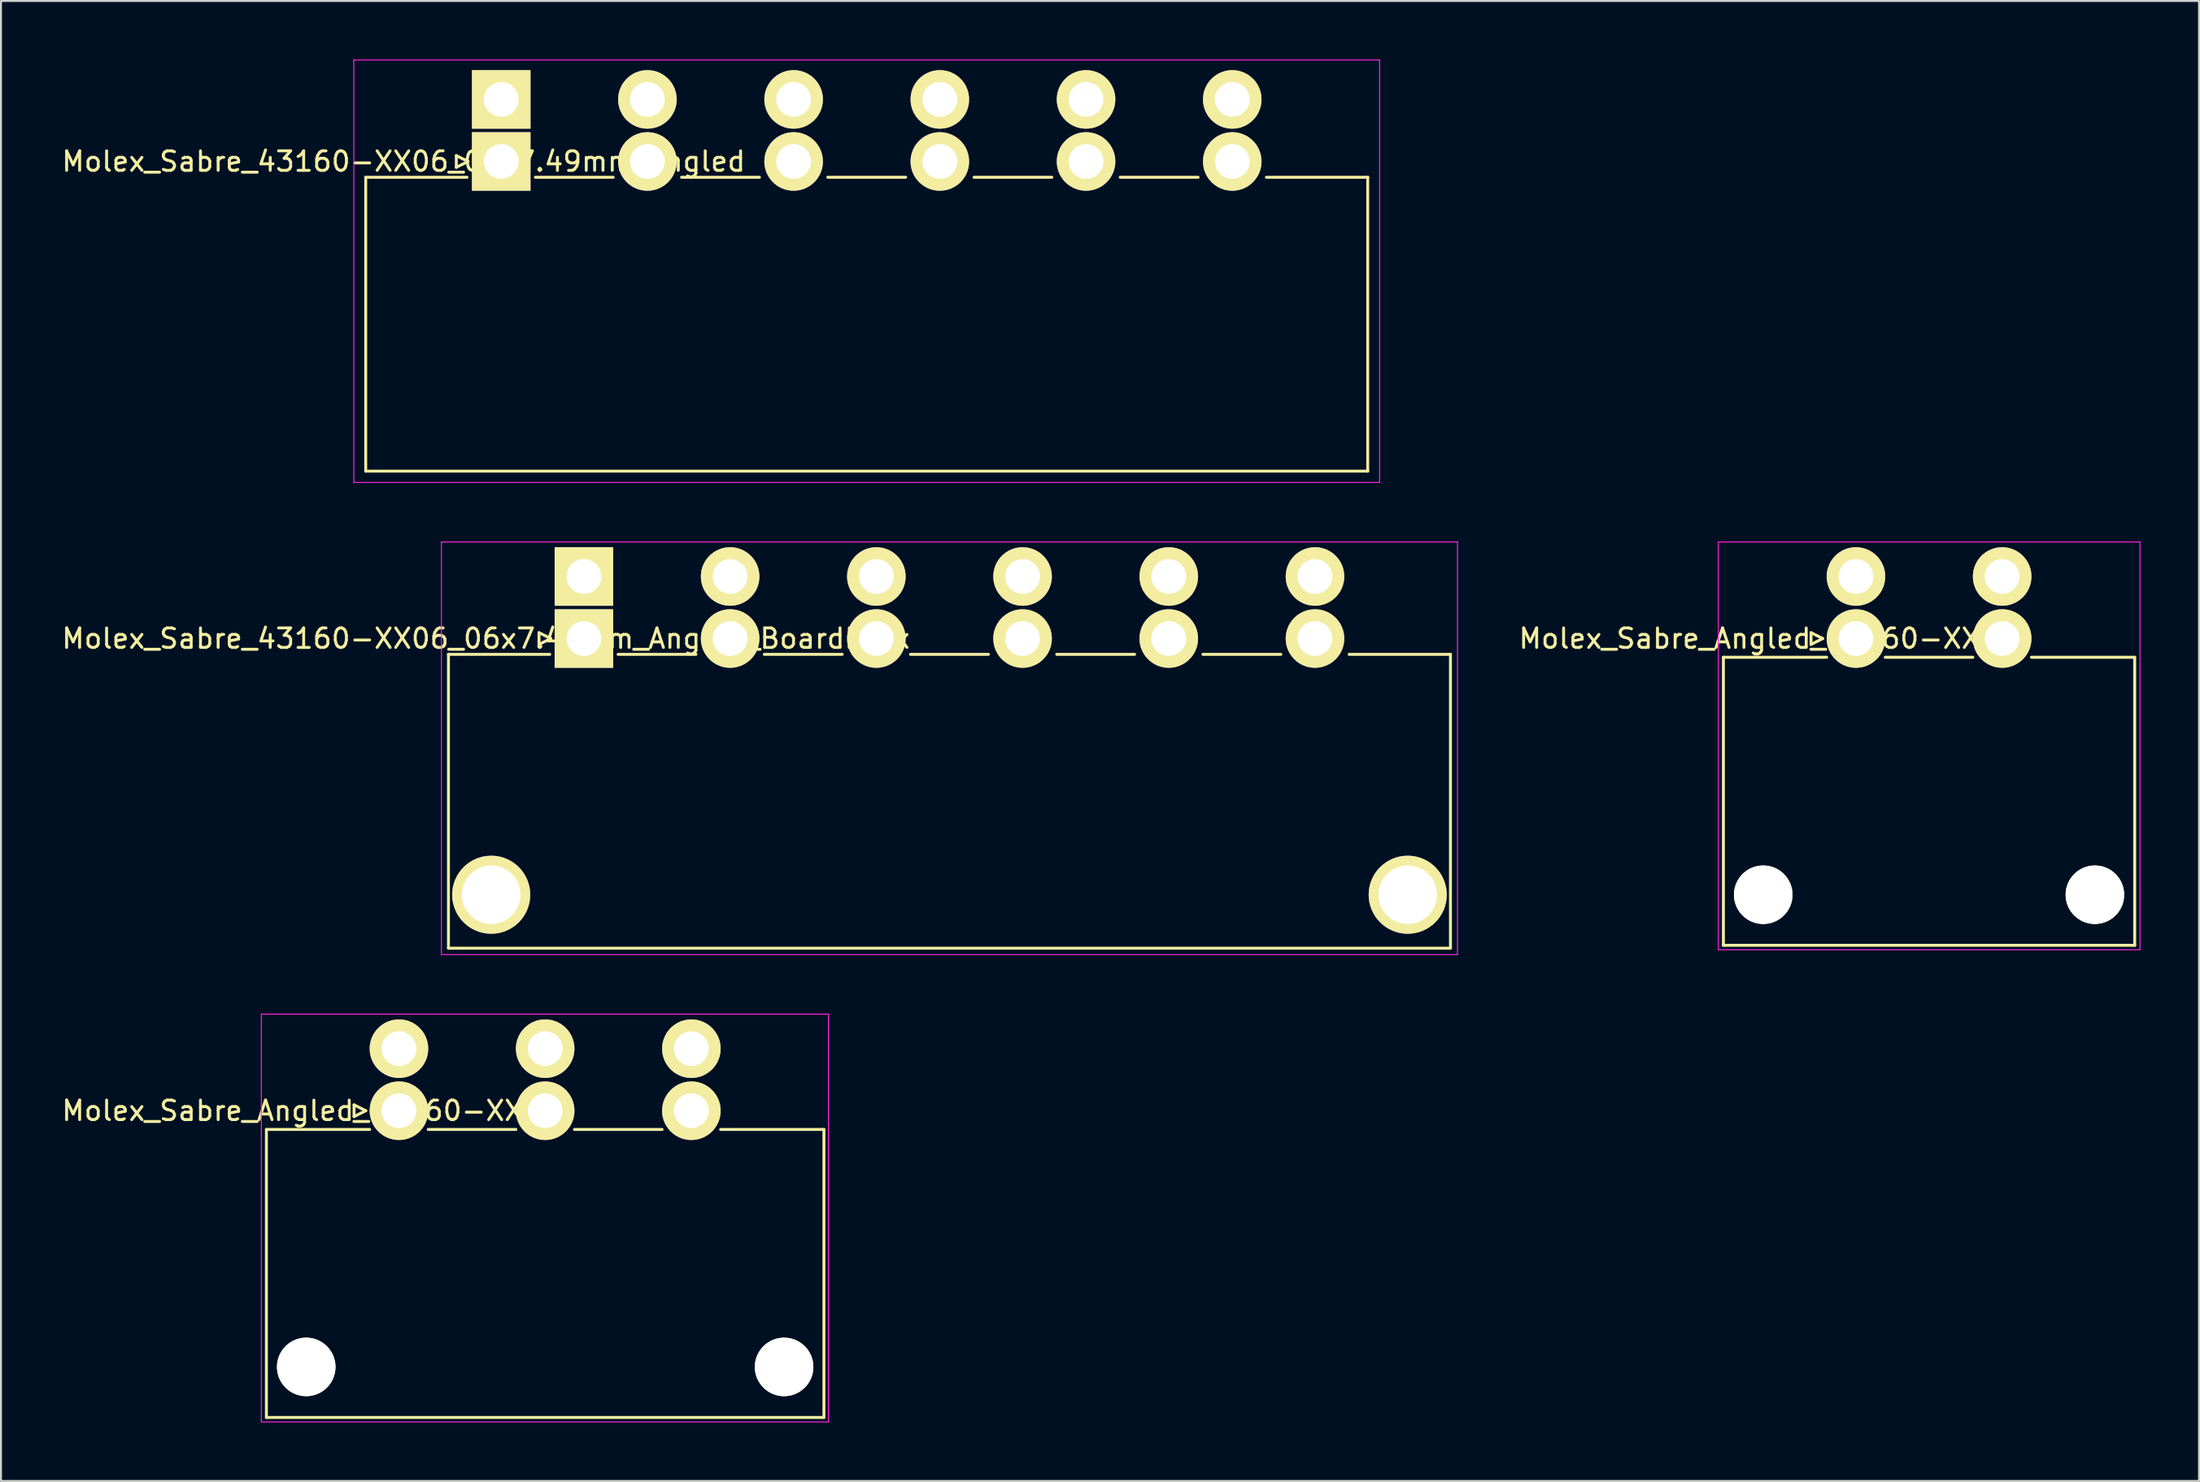
<source format=kicad_pcb>
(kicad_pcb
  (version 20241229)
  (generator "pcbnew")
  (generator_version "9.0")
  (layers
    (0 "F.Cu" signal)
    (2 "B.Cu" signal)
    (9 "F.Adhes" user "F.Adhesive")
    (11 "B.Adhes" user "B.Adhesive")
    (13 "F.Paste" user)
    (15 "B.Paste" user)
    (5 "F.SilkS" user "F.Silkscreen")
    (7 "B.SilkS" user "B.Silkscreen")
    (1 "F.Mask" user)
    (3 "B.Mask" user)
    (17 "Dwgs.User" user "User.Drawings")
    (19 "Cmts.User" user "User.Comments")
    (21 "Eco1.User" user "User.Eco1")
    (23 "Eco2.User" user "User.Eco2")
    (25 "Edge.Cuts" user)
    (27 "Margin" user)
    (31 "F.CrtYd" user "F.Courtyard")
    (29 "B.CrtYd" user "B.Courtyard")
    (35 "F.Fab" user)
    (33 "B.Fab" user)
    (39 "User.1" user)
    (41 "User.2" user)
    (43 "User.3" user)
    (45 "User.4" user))
  (footprint "Molex_Sabre_Angled_43160-XX03"
    (layer "F.Cu")
    (at 17.387 53.875)
    (property "Reference" "Molex_Sabre_Angled_43160-XX03" (at -4.5 0 0) (layer "F.SilkS") (effects (font (size 1 1) (thickness 0.15))))
    (attr through_hole)
    (fp_line (start -6.79 0.96) (end -6.79 15.72) (stroke (width 0.15) (type solid)) (layer "F.SilkS"))
    (fp_line (start -6.79 0.96) (end -1.5 0.96) (stroke (width 0.15) (type solid)) (layer "F.SilkS"))
    (fp_line (start -6.79 15.72) (end 21.77 15.72) (stroke (width 0.15) (type solid)) (layer "F.SilkS"))
    (fp_line (start -2.3 -0.3) (end -1.7 0) (stroke (width 0.15) (type solid)) (layer "F.SilkS"))
    (fp_line (start -2.3 0.3) (end -2.3 -0.3) (stroke (width 0.15) (type solid)) (layer "F.SilkS"))
    (fp_line (start -1.7 0) (end -2.3 0.3) (stroke (width 0.15) (type solid)) (layer "F.SilkS"))
    (fp_line (start 1.5 0.96) (end 5.99 0.96) (stroke (width 0.15) (type solid)) (layer "F.SilkS"))
    (fp_line (start 8.99 0.96) (end 13.48 0.96) (stroke (width 0.15) (type solid)) (layer "F.SilkS"))
    (fp_line (start 16.48 0.96) (end 21.77 0.96) (stroke (width 0.15) (type solid)) (layer "F.SilkS"))
    (fp_line (start 21.77 0.96) (end 21.77 15.72) (stroke (width 0.15) (type solid)) (layer "F.SilkS"))
    (fp_line (start -7.05 -4.95) (end -7.05 15.95) (stroke (width 0.05) (type solid)) (layer "F.CrtYd"))
    (fp_line (start -7.05 15.95) (end 22 15.95) (stroke (width 0.05) (type solid)) (layer "F.CrtYd"))
    (fp_line (start 22 -4.95) (end -7.05 -4.95) (stroke (width 0.05) (type solid)) (layer "F.CrtYd"))
    (fp_line (start 22 15.95) (end 22 -4.95) (stroke (width 0.05) (type solid)) (layer "F.CrtYd"))
    (pad "" np_thru_hole circle (at -4.75 13.13) (size 3 3) (drill 3) (layers "*.Cu" "*.Mask" "F.SilkS"))
    (pad "" np_thru_hole circle (at 19.73 13.13) (size 3 3) (drill 3) (layers "*.Cu" "*.Mask" "F.SilkS"))
    (pad "1" thru_hole circle (at 0 -3.18) (size 3 3) (drill 1.78) (layers "*.Cu" "*.Mask" "F.SilkS"))
    (pad "1" thru_hole circle (at 0 0) (size 3 3) (drill 1.78) (layers "*.Cu" "*.Mask" "F.SilkS"))
    (pad "2" thru_hole circle (at 7.49 -3.18) (size 3 3) (drill 1.78) (layers "*.Cu" "*.Mask" "F.SilkS"))
    (pad "2" thru_hole circle (at 7.49 0) (size 3 3) (drill 1.78) (layers "*.Cu" "*.Mask" "F.SilkS"))
    (pad "3" thru_hole circle (at 14.98 -3.18) (size 3 3) (drill 1.78) (layers "*.Cu" "*.Mask" "F.SilkS"))
    (pad "3" thru_hole circle (at 14.98 0) (size 3 3) (drill 1.78) (layers "*.Cu" "*.Mask" "F.SilkS")))
  (footprint "Molex_Sabre_Angled_43160-XX02"
    (layer "F.Cu")
    (at 92.025 29.675)
    (property "Reference" "Molex_Sabre_Angled_43160-XX02" (at -4.5 0 0) (layer "F.SilkS") (effects (font (size 1 1) (thickness 0.15))))
    (attr through_hole)
    (fp_line (start -6.79 0.96) (end -6.79 15.72) (stroke (width 0.15) (type solid)) (layer "F.SilkS"))
    (fp_line (start -6.79 0.96) (end -1.5 0.96) (stroke (width 0.15) (type solid)) (layer "F.SilkS"))
    (fp_line (start -6.79 15.72) (end 14.28 15.72) (stroke (width 0.15) (type solid)) (layer "F.SilkS"))
    (fp_line (start -2.3 -0.3) (end -1.7 0) (stroke (width 0.15) (type solid)) (layer "F.SilkS"))
    (fp_line (start -2.3 0.3) (end -2.3 -0.3) (stroke (width 0.15) (type solid)) (layer "F.SilkS"))
    (fp_line (start -1.7 0) (end -2.3 0.3) (stroke (width 0.15) (type solid)) (layer "F.SilkS"))
    (fp_line (start 1.5 0.96) (end 5.99 0.96) (stroke (width 0.15) (type solid)) (layer "F.SilkS"))
    (fp_line (start 8.99 0.96) (end 14.28 0.96) (stroke (width 0.15) (type solid)) (layer "F.SilkS"))
    (fp_line (start 14.28 0.96) (end 14.28 15.72) (stroke (width 0.15) (type solid)) (layer "F.SilkS"))
    (fp_line (start -7.05 -4.95) (end -7.05 15.95) (stroke (width 0.05) (type solid)) (layer "F.CrtYd"))
    (fp_line (start -7.05 15.95) (end 14.55 15.95) (stroke (width 0.05) (type solid)) (layer "F.CrtYd"))
    (fp_line (start 14.55 -4.95) (end -7.05 -4.95) (stroke (width 0.05) (type solid)) (layer "F.CrtYd"))
    (fp_line (start 14.55 15.95) (end 14.55 -4.95) (stroke (width 0.05) (type solid)) (layer "F.CrtYd"))
    (pad "" np_thru_hole circle (at -4.75 13.13) (size 3 3) (drill 3) (layers "*.Cu" "*.Mask" "F.SilkS"))
    (pad "" np_thru_hole circle (at 12.24 13.13) (size 3 3) (drill 3) (layers "*.Cu" "*.Mask" "F.SilkS"))
    (pad "1" thru_hole circle (at 0 -3.18) (size 3 3) (drill 1.78) (layers "*.Cu" "*.Mask" "F.SilkS"))
    (pad "1" thru_hole circle (at 0 0) (size 3 3) (drill 1.78) (layers "*.Cu" "*.Mask" "F.SilkS"))
    (pad "2" thru_hole circle (at 7.49 -3.18) (size 3 3) (drill 1.78) (layers "*.Cu" "*.Mask" "F.SilkS"))
    (pad "2" thru_hole circle (at 7.49 0) (size 3 3) (drill 1.78) (layers "*.Cu" "*.Mask" "F.SilkS")))
  (footprint "Molex_Sabre_43160-XX06_06x7.49mm_Angled"
    (layer "F.Cu")
    (at 22.625 5.225)
    (property "Reference" "Molex_Sabre_43160-XX06_06x7.49mm_Angled" (at -5 0 0) (layer "F.SilkS") (effects (font (size 1 1) (thickness 0.15))))
    (attr through_hole)
    (fp_line (start -6.94 0.81) (end -6.94 15.87) (stroke (width 0.15) (type solid)) (layer "F.SilkS"))
    (fp_line (start -6.94 0.81) (end -1.75 0.81) (stroke (width 0.15) (type solid)) (layer "F.SilkS"))
    (fp_line (start -6.94 15.87) (end 44.39 15.87) (stroke (width 0.15) (type solid)) (layer "F.SilkS"))
    (fp_line (start -2.3 -0.3) (end -1.7 0) (stroke (width 0.15) (type solid)) (layer "F.SilkS"))
    (fp_line (start -2.3 0.3) (end -2.3 -0.3) (stroke (width 0.15) (type solid)) (layer "F.SilkS"))
    (fp_line (start -1.7 0) (end -2.3 0.3) (stroke (width 0.15) (type solid)) (layer "F.SilkS"))
    (fp_line (start 1.75 0.81) (end 5.74 0.81) (stroke (width 0.15) (type solid)) (layer "F.SilkS"))
    (fp_line (start 9.24 0.81) (end 13.23 0.81) (stroke (width 0.15) (type solid)) (layer "F.SilkS"))
    (fp_line (start 16.73 0.81) (end 20.72 0.81) (stroke (width 0.15) (type solid)) (layer "F.SilkS"))
    (fp_line (start 24.22 0.81) (end 28.21 0.81) (stroke (width 0.15) (type solid)) (layer "F.SilkS"))
    (fp_line (start 31.71 0.81) (end 35.7 0.81) (stroke (width 0.15) (type solid)) (layer "F.SilkS"))
    (fp_line (start 39.2 0.81) (end 44.39 0.81) (stroke (width 0.15) (type solid)) (layer "F.SilkS"))
    (fp_line (start 44.39 15.87) (end 44.39 0.81) (stroke (width 0.15) (type solid)) (layer "F.SilkS"))
    (fp_line (start -7.55 -5.2) (end -7.55 16.45) (stroke (width 0.05) (type solid)) (layer "F.CrtYd"))
    (fp_line (start -7.55 16.45) (end 45 16.45) (stroke (width 0.05) (type solid)) (layer "F.CrtYd"))
    (fp_line (start 45 -5.2) (end -7.55 -5.2) (stroke (width 0.05) (type solid)) (layer "F.CrtYd"))
    (fp_line (start 45 16.45) (end 45 -5.2) (stroke (width 0.05) (type solid)) (layer "F.CrtYd"))
    (pad "1" thru_hole rect (at 0 -3.18) (size 3 3) (drill 1.78) (layers "*.Cu" "*.Mask" "F.SilkS"))
    (pad "1" thru_hole rect (at 0 0) (size 3 3) (drill 1.78) (layers "*.Cu" "*.Mask" "F.SilkS"))
    (pad "2" thru_hole circle (at 7.49 -3.18) (size 3 3) (drill 1.78) (layers "*.Cu" "*.Mask" "F.SilkS"))
    (pad "2" thru_hole circle (at 7.49 0) (size 3 3) (drill 1.78) (layers "*.Cu" "*.Mask" "F.SilkS"))
    (pad "3" thru_hole circle (at 14.98 -3.18) (size 3 3) (drill 1.78) (layers "*.Cu" "*.Mask" "F.SilkS"))
    (pad "3" thru_hole circle (at 14.98 0) (size 3 3) (drill 1.78) (layers "*.Cu" "*.Mask" "F.SilkS"))
    (pad "4" thru_hole circle (at 22.47 -3.18) (size 3 3) (drill 1.78) (layers "*.Cu" "*.Mask" "F.SilkS"))
    (pad "4" thru_hole circle (at 22.47 0) (size 3 3) (drill 1.78) (layers "*.Cu" "*.Mask" "F.SilkS"))
    (pad "5" thru_hole circle (at 29.96 -3.18) (size 3 3) (drill 1.78) (layers "*.Cu" "*.Mask" "F.SilkS"))
    (pad "5" thru_hole circle (at 29.96 0) (size 3 3) (drill 1.78) (layers "*.Cu" "*.Mask" "F.SilkS"))
    (pad "6" thru_hole circle (at 37.45 -3.18) (size 3 3) (drill 1.78) (layers "*.Cu" "*.Mask" "F.SilkS"))
    (pad "6" thru_hole circle (at 37.45 0) (size 3 3) (drill 1.78) (layers "*.Cu" "*.Mask" "F.SilkS")))
  (footprint "Molex_Sabre_43160-XX06_06x7.49mm_Angled_BoardLock"
    (layer "F.Cu")
    (at 26.863 29.675)
    (property "Reference" "Molex_Sabre_43160-XX06_06x7.49mm_Angled_BoardLock" (at -5 0 0) (layer "F.SilkS") (effects (font (size 1 1) (thickness 0.15))))
    (attr through_hole)
    (fp_line (start -6.94 0.81) (end -6.94 15.87) (stroke (width 0.15) (type solid)) (layer "F.SilkS"))
    (fp_line (start -6.94 0.81) (end -1.75 0.81) (stroke (width 0.15) (type solid)) (layer "F.SilkS"))
    (fp_line (start -6.94 15.87) (end 44.39 15.87) (stroke (width 0.15) (type solid)) (layer "F.SilkS"))
    (fp_line (start -2.3 -0.3) (end -1.7 0) (stroke (width 0.15) (type solid)) (layer "F.SilkS"))
    (fp_line (start -2.3 0.3) (end -2.3 -0.3) (stroke (width 0.15) (type solid)) (layer "F.SilkS"))
    (fp_line (start -1.7 0) (end -2.3 0.3) (stroke (width 0.15) (type solid)) (layer "F.SilkS"))
    (fp_line (start 1.75 0.81) (end 5.74 0.81) (stroke (width 0.15) (type solid)) (layer "F.SilkS"))
    (fp_line (start 9.24 0.81) (end 13.23 0.81) (stroke (width 0.15) (type solid)) (layer "F.SilkS"))
    (fp_line (start 16.73 0.81) (end 20.72 0.81) (stroke (width 0.15) (type solid)) (layer "F.SilkS"))
    (fp_line (start 24.22 0.81) (end 28.21 0.81) (stroke (width 0.15) (type solid)) (layer "F.SilkS"))
    (fp_line (start 31.71 0.81) (end 35.7 0.81) (stroke (width 0.15) (type solid)) (layer "F.SilkS"))
    (fp_line (start 39.2 0.81) (end 44.39 0.81) (stroke (width 0.15) (type solid)) (layer "F.SilkS"))
    (fp_line (start 44.39 15.87) (end 44.39 0.81) (stroke (width 0.15) (type solid)) (layer "F.SilkS"))
    (fp_line (start -7.3 -4.95) (end -7.3 16.2) (stroke (width 0.05) (type solid)) (layer "F.CrtYd"))
    (fp_line (start -7.3 16.2) (end 44.75 16.2) (stroke (width 0.05) (type solid)) (layer "F.CrtYd"))
    (fp_line (start 44.75 -4.95) (end -7.3 -4.95) (stroke (width 0.05) (type solid)) (layer "F.CrtYd"))
    (fp_line (start 44.75 16.2) (end 44.75 -4.95) (stroke (width 0.05) (type solid)) (layer "F.CrtYd"))
    (pad "" np_thru_hole circle (at -4.75 13.13) (size 4 4) (drill 3) (layers "*.Cu" "*.Mask" "F.SilkS"))
    (pad "" np_thru_hole circle (at 42.2 13.13) (size 4 4) (drill 3) (layers "*.Cu" "*.Mask" "F.SilkS"))
    (pad "1" thru_hole rect (at 0 -3.18) (size 3 3) (drill 1.78) (layers "*.Cu" "*.Mask" "F.SilkS"))
    (pad "1" thru_hole rect (at 0 0) (size 3 3) (drill 1.78) (layers "*.Cu" "*.Mask" "F.SilkS"))
    (pad "2" thru_hole circle (at 7.49 -3.18) (size 3 3) (drill 1.78) (layers "*.Cu" "*.Mask" "F.SilkS"))
    (pad "2" thru_hole circle (at 7.49 0) (size 3 3) (drill 1.78) (layers "*.Cu" "*.Mask" "F.SilkS"))
    (pad "3" thru_hole circle (at 14.98 -3.18) (size 3 3) (drill 1.78) (layers "*.Cu" "*.Mask" "F.SilkS"))
    (pad "3" thru_hole circle (at 14.98 0) (size 3 3) (drill 1.78) (layers "*.Cu" "*.Mask" "F.SilkS"))
    (pad "4" thru_hole circle (at 22.47 -3.18) (size 3 3) (drill 1.78) (layers "*.Cu" "*.Mask" "F.SilkS"))
    (pad "4" thru_hole circle (at 22.47 0) (size 3 3) (drill 1.78) (layers "*.Cu" "*.Mask" "F.SilkS"))
    (pad "5" thru_hole circle (at 29.96 -3.18) (size 3 3) (drill 1.78) (layers "*.Cu" "*.Mask" "F.SilkS"))
    (pad "5" thru_hole circle (at 29.96 0) (size 3 3) (drill 1.78) (layers "*.Cu" "*.Mask" "F.SilkS"))
    (pad "6" thru_hole circle (at 37.45 -3.18) (size 3 3) (drill 1.78) (layers "*.Cu" "*.Mask" "F.SilkS"))
    (pad "6" thru_hole circle (at 37.45 0) (size 3 3) (drill 1.78) (layers "*.Cu" "*.Mask" "F.SilkS")))
  (gr_rect
    (start -3 -3)
    (end 109.6 72.85)
    (stroke (width 0.1) (type default))
    (fill no)
    (layer "Edge.Cuts")))
</source>
